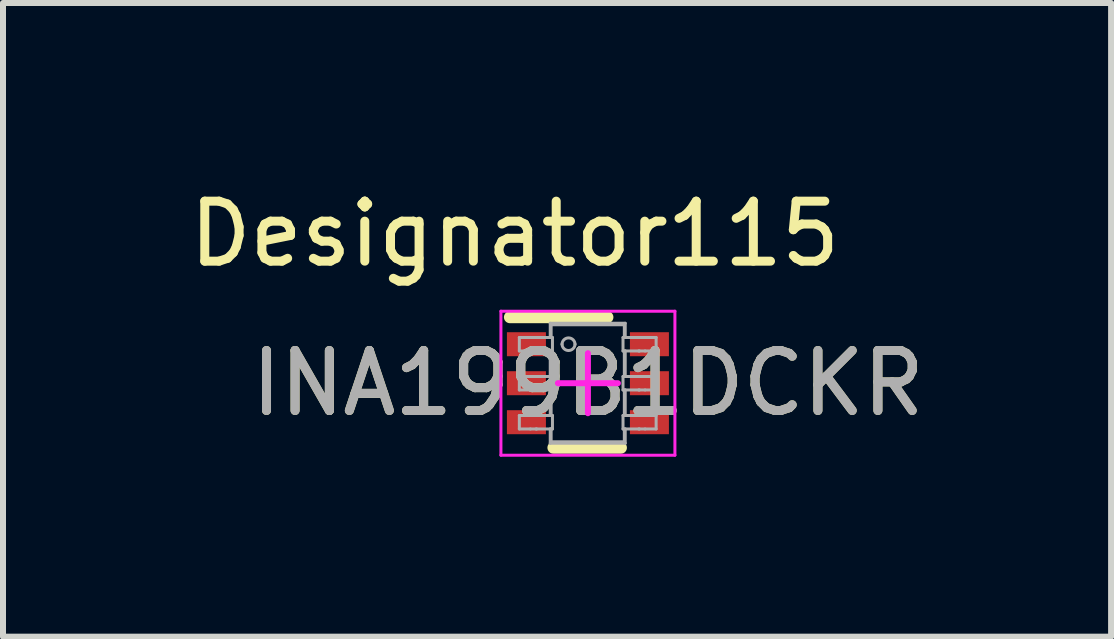
<source format=kicad_pcb>
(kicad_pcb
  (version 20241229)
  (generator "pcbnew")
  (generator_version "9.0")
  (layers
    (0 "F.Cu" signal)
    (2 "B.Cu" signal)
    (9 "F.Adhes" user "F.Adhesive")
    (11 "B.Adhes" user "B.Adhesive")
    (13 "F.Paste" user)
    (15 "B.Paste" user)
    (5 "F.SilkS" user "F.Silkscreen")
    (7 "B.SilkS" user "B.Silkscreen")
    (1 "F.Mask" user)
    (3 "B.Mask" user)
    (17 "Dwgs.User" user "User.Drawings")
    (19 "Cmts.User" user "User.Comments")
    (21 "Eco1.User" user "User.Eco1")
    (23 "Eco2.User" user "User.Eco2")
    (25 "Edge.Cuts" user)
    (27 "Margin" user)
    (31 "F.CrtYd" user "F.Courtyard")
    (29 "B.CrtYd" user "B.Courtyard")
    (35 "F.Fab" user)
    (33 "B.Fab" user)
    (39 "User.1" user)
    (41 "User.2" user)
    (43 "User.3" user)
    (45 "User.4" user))
  (footprint "INA199B1DCKR"
    (layer "F.Cu")
    (at 6.749 3.337)
    (property "Reference" "INA199B1DCKR" (at 0 0 0) (unlocked yes) (layer "F.SilkS") (effects (font (size 1 1) (thickness 0.15))))
    (attr smd)
    (fp_line (start -1.3 -1.1) (end 0.325 -1.1) (stroke (width 0.2) (type solid)) (layer "F.SilkS"))
    (fp_line (start -0.575 1.075) (end 0.55 1.075) (stroke (width 0.2) (type solid)) (layer "F.SilkS"))
    (fp_line (start -1.45 -1.2) (end 1.45 -1.2) (stroke (width 0.05) (type solid)) (layer "F.CrtYd"))
    (fp_line (start -1.45 1.2) (end -1.45 -1.2) (stroke (width 0.05) (type solid)) (layer "F.CrtYd"))
    (fp_line (start -1.45 1.2) (end 1.45 1.2) (stroke (width 0.05) (type solid)) (layer "F.CrtYd"))
    (fp_line (start -0.5 0) (end 0.5 0) (stroke (width 0.1) (type solid)) (layer "F.CrtYd"))
    (fp_line (start 0 0.5) (end 0 -0.5) (stroke (width 0.1) (type solid)) (layer "F.CrtYd"))
    (fp_line (start 1.45 1.2) (end 1.45 -1.2) (stroke (width 0.05) (type solid)) (layer "F.CrtYd"))
    (fp_line (start -1.143 -0.762) (end -0.959 -0.762) (stroke (width 0.05) (type solid)) (layer "F.Fab"))
    (fp_line (start -1.143 -0.537) (end -1.143 -0.762) (stroke (width 0.05) (type solid)) (layer "F.Fab"))
    (fp_line (start -1.143 -0.537) (end -0.959 -0.537) (stroke (width 0.05) (type solid)) (layer "F.Fab"))
    (fp_line (start -1.143 -0.112) (end -0.959 -0.112) (stroke (width 0.05) (type solid)) (layer "F.Fab"))
    (fp_line (start -1.143 0.113) (end -1.143 -0.112) (stroke (width 0.05) (type solid)) (layer "F.Fab"))
    (fp_line (start -1.143 0.113) (end -0.959 0.113) (stroke (width 0.05) (type solid)) (layer "F.Fab"))
    (fp_line (start -1.143 0.538) (end -0.959 0.538) (stroke (width 0.05) (type solid)) (layer "F.Fab"))
    (fp_line (start -1.143 0.763) (end -1.143 0.538) (stroke (width 0.05) (type solid)) (layer "F.Fab"))
    (fp_line (start -1.143 0.763) (end -0.959 0.763) (stroke (width 0.05) (type solid)) (layer "F.Fab"))
    (fp_line (start -0.959 -0.762) (end -0.865 -0.762) (stroke (width 0.05) (type solid)) (layer "F.Fab"))
    (fp_line (start -0.959 -0.537) (end -0.865 -0.537) (stroke (width 0.05) (type solid)) (layer "F.Fab"))
    (fp_line (start -0.959 -0.112) (end -0.865 -0.112) (stroke (width 0.05) (type solid)) (layer "F.Fab"))
    (fp_line (start -0.959 0.113) (end -0.865 0.113) (stroke (width 0.05) (type solid)) (layer "F.Fab"))
    (fp_line (start -0.959 0.538) (end -0.865 0.538) (stroke (width 0.05) (type solid)) (layer "F.Fab"))
    (fp_line (start -0.959 0.763) (end -0.865 0.763) (stroke (width 0.05) (type solid)) (layer "F.Fab"))
    (fp_line (start -0.865 -0.762) (end -0.853 -0.762) (stroke (width 0.05) (type solid)) (layer "F.Fab"))
    (fp_line (start -0.865 -0.537) (end -0.853 -0.537) (stroke (width 0.05) (type solid)) (layer "F.Fab"))
    (fp_line (start -0.865 -0.112) (end -0.853 -0.112) (stroke (width 0.05) (type solid)) (layer "F.Fab"))
    (fp_line (start -0.865 0.113) (end -0.853 0.113) (stroke (width 0.05) (type solid)) (layer "F.Fab"))
    (fp_line (start -0.865 0.538) (end -0.853 0.538) (stroke (width 0.05) (type solid)) (layer "F.Fab"))
    (fp_line (start -0.865 0.763) (end -0.853 0.763) (stroke (width 0.05) (type solid)) (layer "F.Fab"))
    (fp_line (start -0.853 -0.762) (end -0.628 -0.762) (stroke (width 0.05) (type solid)) (layer "F.Fab"))
    (fp_line (start -0.853 -0.537) (end -0.628 -0.537) (stroke (width 0.05) (type solid)) (layer "F.Fab"))
    (fp_line (start -0.853 -0.112) (end -0.628 -0.112) (stroke (width 0.05) (type solid)) (layer "F.Fab"))
    (fp_line (start -0.853 0.113) (end -0.628 0.113) (stroke (width 0.05) (type solid)) (layer "F.Fab"))
    (fp_line (start -0.853 0.538) (end -0.628 0.538) (stroke (width 0.05) (type solid)) (layer "F.Fab"))
    (fp_line (start -0.853 0.763) (end -0.628 0.763) (stroke (width 0.05) (type solid)) (layer "F.Fab"))
    (fp_line (start -0.628 -0.999) (end 0.622 -0.999) (stroke (width 0.05) (type solid)) (layer "F.Fab"))
    (fp_line (start -0.628 -0.762) (end -0.628 -0.999) (stroke (width 0.05) (type solid)) (layer "F.Fab"))
    (fp_line (start -0.628 -0.762) (end -0.591 -0.762) (stroke (width 0.05) (type solid)) (layer "F.Fab"))
    (fp_line (start -0.628 -0.537) (end -0.591 -0.537) (stroke (width 0.05) (type solid)) (layer "F.Fab"))
    (fp_line (start -0.628 -0.112) (end -0.628 -0.537) (stroke (width 0.05) (type solid)) (layer "F.Fab"))
    (fp_line (start -0.628 -0.112) (end -0.591 -0.112) (stroke (width 0.05) (type solid)) (layer "F.Fab"))
    (fp_line (start -0.628 0.113) (end -0.591 0.113) (stroke (width 0.05) (type solid)) (layer "F.Fab"))
    (fp_line (start -0.628 0.538) (end -0.628 0.113) (stroke (width 0.05) (type solid)) (layer "F.Fab"))
    (fp_line (start -0.628 0.538) (end -0.591 0.538) (stroke (width 0.05) (type solid)) (layer "F.Fab"))
    (fp_line (start -0.628 0.763) (end -0.591 0.763) (stroke (width 0.05) (type solid)) (layer "F.Fab"))
    (fp_line (start -0.628 1.001) (end -0.628 0.763) (stroke (width 0.05) (type solid)) (layer "F.Fab"))
    (fp_line (start -0.628 1.001) (end 0.622 1.001) (stroke (width 0.05) (type solid)) (layer "F.Fab"))
    (fp_line (start -0.613 -0.974) (end 0.607 -0.974) (stroke (width 0.05) (type solid)) (layer "F.Fab"))
    (fp_line (start -0.613 -0.762) (end -0.613 -0.974) (stroke (width 0.05) (type solid)) (layer "F.Fab"))
    (fp_line (start -0.613 -0.112) (end -0.613 -0.537) (stroke (width 0.05) (type solid)) (layer "F.Fab"))
    (fp_line (start -0.613 0.538) (end -0.613 0.113) (stroke (width 0.05) (type solid)) (layer "F.Fab"))
    (fp_line (start -0.613 0.976) (end -0.613 0.763) (stroke (width 0.05) (type solid)) (layer "F.Fab"))
    (fp_line (start -0.613 0.976) (end 0.607 0.976) (stroke (width 0.05) (type solid)) (layer "F.Fab"))
    (fp_line (start -0.591 -0.537) (end -0.591 -0.762) (stroke (width 0.05) (type solid)) (layer "F.Fab"))
    (fp_line (start -0.591 0.113) (end -0.591 -0.112) (stroke (width 0.05) (type solid)) (layer "F.Fab"))
    (fp_line (start -0.591 0.763) (end -0.591 0.538) (stroke (width 0.05) (type solid)) (layer "F.Fab"))
    (fp_line (start 0.585 -0.762) (end 0.622 -0.762) (stroke (width 0.05) (type solid)) (layer "F.Fab"))
    (fp_line (start 0.585 -0.537) (end 0.585 -0.762) (stroke (width 0.05) (type solid)) (layer "F.Fab"))
    (fp_line (start 0.585 -0.537) (end 0.622 -0.537) (stroke (width 0.05) (type solid)) (layer "F.Fab"))
    (fp_line (start 0.585 -0.112) (end 0.622 -0.112) (stroke (width 0.05) (type solid)) (layer "F.Fab"))
    (fp_line (start 0.585 0.113) (end 0.585 -0.112) (stroke (width 0.05) (type solid)) (layer "F.Fab"))
    (fp_line (start 0.585 0.113) (end 0.622 0.113) (stroke (width 0.05) (type solid)) (layer "F.Fab"))
    (fp_line (start 0.585 0.538) (end 0.622 0.538) (stroke (width 0.05) (type solid)) (layer "F.Fab"))
    (fp_line (start 0.585 0.763) (end 0.585 0.538) (stroke (width 0.05) (type solid)) (layer "F.Fab"))
    (fp_line (start 0.585 0.763) (end 0.622 0.763) (stroke (width 0.05) (type solid)) (layer "F.Fab"))
    (fp_line (start 0.607 -0.762) (end 0.607 -0.974) (stroke (width 0.05) (type solid)) (layer "F.Fab"))
    (fp_line (start 0.607 -0.112) (end 0.607 -0.537) (stroke (width 0.05) (type solid)) (layer "F.Fab"))
    (fp_line (start 0.607 0.538) (end 0.607 0.113) (stroke (width 0.05) (type solid)) (layer "F.Fab"))
    (fp_line (start 0.607 0.976) (end 0.607 0.763) (stroke (width 0.05) (type solid)) (layer "F.Fab"))
    (fp_line (start 0.622 -0.762) (end 0.622 -0.999) (stroke (width 0.05) (type solid)) (layer "F.Fab"))
    (fp_line (start 0.622 -0.762) (end 0.847 -0.762) (stroke (width 0.05) (type solid)) (layer "F.Fab"))
    (fp_line (start 0.622 -0.537) (end 0.847 -0.537) (stroke (width 0.05) (type solid)) (layer "F.Fab"))
    (fp_line (start 0.622 -0.112) (end 0.622 -0.537) (stroke (width 0.05) (type solid)) (layer "F.Fab"))
    (fp_line (start 0.622 -0.112) (end 0.847 -0.112) (stroke (width 0.05) (type solid)) (layer "F.Fab"))
    (fp_line (start 0.622 0.113) (end 0.847 0.113) (stroke (width 0.05) (type solid)) (layer "F.Fab"))
    (fp_line (start 0.622 0.538) (end 0.622 0.113) (stroke (width 0.05) (type solid)) (layer "F.Fab"))
    (fp_line (start 0.622 0.538) (end 0.847 0.538) (stroke (width 0.05) (type solid)) (layer "F.Fab"))
    (fp_line (start 0.622 0.763) (end 0.847 0.763) (stroke (width 0.05) (type solid)) (layer "F.Fab"))
    (fp_line (start 0.622 1.001) (end 0.622 0.763) (stroke (width 0.05) (type solid)) (layer "F.Fab"))
    (fp_line (start 0.847 -0.762) (end 0.859 -0.762) (stroke (width 0.05) (type solid)) (layer "F.Fab"))
    (fp_line (start 0.847 -0.537) (end 0.859 -0.537) (stroke (width 0.05) (type solid)) (layer "F.Fab"))
    (fp_line (start 0.847 -0.112) (end 0.859 -0.112) (stroke (width 0.05) (type solid)) (layer "F.Fab"))
    (fp_line (start 0.847 0.113) (end 0.859 0.113) (stroke (width 0.05) (type solid)) (layer "F.Fab"))
    (fp_line (start 0.847 0.538) (end 0.859 0.538) (stroke (width 0.05) (type solid)) (layer "F.Fab"))
    (fp_line (start 0.847 0.763) (end 0.859 0.763) (stroke (width 0.05) (type solid)) (layer "F.Fab"))
    (fp_line (start 0.859 -0.762) (end 0.953 -0.762) (stroke (width 0.05) (type solid)) (layer "F.Fab"))
    (fp_line (start 0.859 -0.537) (end 0.953 -0.537) (stroke (width 0.05) (type solid)) (layer "F.Fab"))
    (fp_line (start 0.859 -0.112) (end 0.953 -0.112) (stroke (width 0.05) (type solid)) (layer "F.Fab"))
    (fp_line (start 0.859 0.113) (end 0.953 0.113) (stroke (width 0.05) (type solid)) (layer "F.Fab"))
    (fp_line (start 0.859 0.538) (end 0.953 0.538) (stroke (width 0.05) (type solid)) (layer "F.Fab"))
    (fp_line (start 0.859 0.763) (end 0.953 0.763) (stroke (width 0.05) (type solid)) (layer "F.Fab"))
    (fp_line (start 0.953 -0.762) (end 1.137 -0.762) (stroke (width 0.05) (type solid)) (layer "F.Fab"))
    (fp_line (start 0.953 -0.537) (end 1.137 -0.537) (stroke (width 0.05) (type solid)) (layer "F.Fab"))
    (fp_line (start 0.953 -0.112) (end 1.137 -0.112) (stroke (width 0.05) (type solid)) (layer "F.Fab"))
    (fp_line (start 0.953 0.113) (end 1.137 0.113) (stroke (width 0.05) (type solid)) (layer "F.Fab"))
    (fp_line (start 0.953 0.538) (end 1.137 0.538) (stroke (width 0.05) (type solid)) (layer "F.Fab"))
    (fp_line (start 0.953 0.763) (end 1.137 0.763) (stroke (width 0.05) (type solid)) (layer "F.Fab"))
    (fp_line (start 1.137 -0.537) (end 1.137 -0.762) (stroke (width 0.05) (type solid)) (layer "F.Fab"))
    (fp_line (start 1.137 0.113) (end 1.137 -0.112) (stroke (width 0.05) (type solid)) (layer "F.Fab"))
    (fp_line (start 1.137 0.763) (end 1.137 0.538) (stroke (width 0.05) (type solid)) (layer "F.Fab"))
    (fp_arc (start -0.431546 -0.650138) (mid -0.323177 -0.758507) (end -0.214808 -0.650138) (stroke (width 0.05) (type solid)) (layer "F.Fab"))
    (fp_arc (start -0.214808 -0.650138) (mid -0.323177 -0.541769) (end -0.431546 -0.650138) (stroke (width 0.05) (type solid)) (layer "F.Fab"))
    (fp_text user "Designator115" (at -1.219 -2.489 0) (unlocked yes) (layer "F.SilkS") (effects (font (size 1 1) (thickness 0.15))))
    (fp_text user "${REFERENCE}" (at 0 0 0) (unlocked yes) (layer "F.Fab") (effects (font (size 1 1) (thickness 0.15))))
    (pad "1" smd rect (at -1.025 -0.65 90) (size 0.4 0.65) (layers "F.Cu" "F.Mask" "F.Paste"))
    (pad "2" smd rect (at -1.025 0 90) (size 0.4 0.65) (layers "F.Cu" "F.Mask" "F.Paste"))
    (pad "3" smd rect (at -1.025 0.65 90) (size 0.4 0.65) (layers "F.Cu" "F.Mask" "F.Paste"))
    (pad "4" smd rect (at 1.025 0.65 90) (size 0.4 0.65) (layers "F.Cu" "F.Mask" "F.Paste"))
    (pad "5" smd rect (at 1.025 0 90) (size 0.4 0.65) (layers "F.Cu" "F.Mask" "F.Paste"))
    (pad "6" smd rect (at 1.025 -0.65 90) (size 0.4 0.65) (layers "F.Cu" "F.Mask" "F.Paste")))
  (gr_rect
    (start -3 -3)
    (end 15.469 7.562)
    (stroke (width 0.1) (type default))
    (fill no)
    (layer "Edge.Cuts")))
</source>
